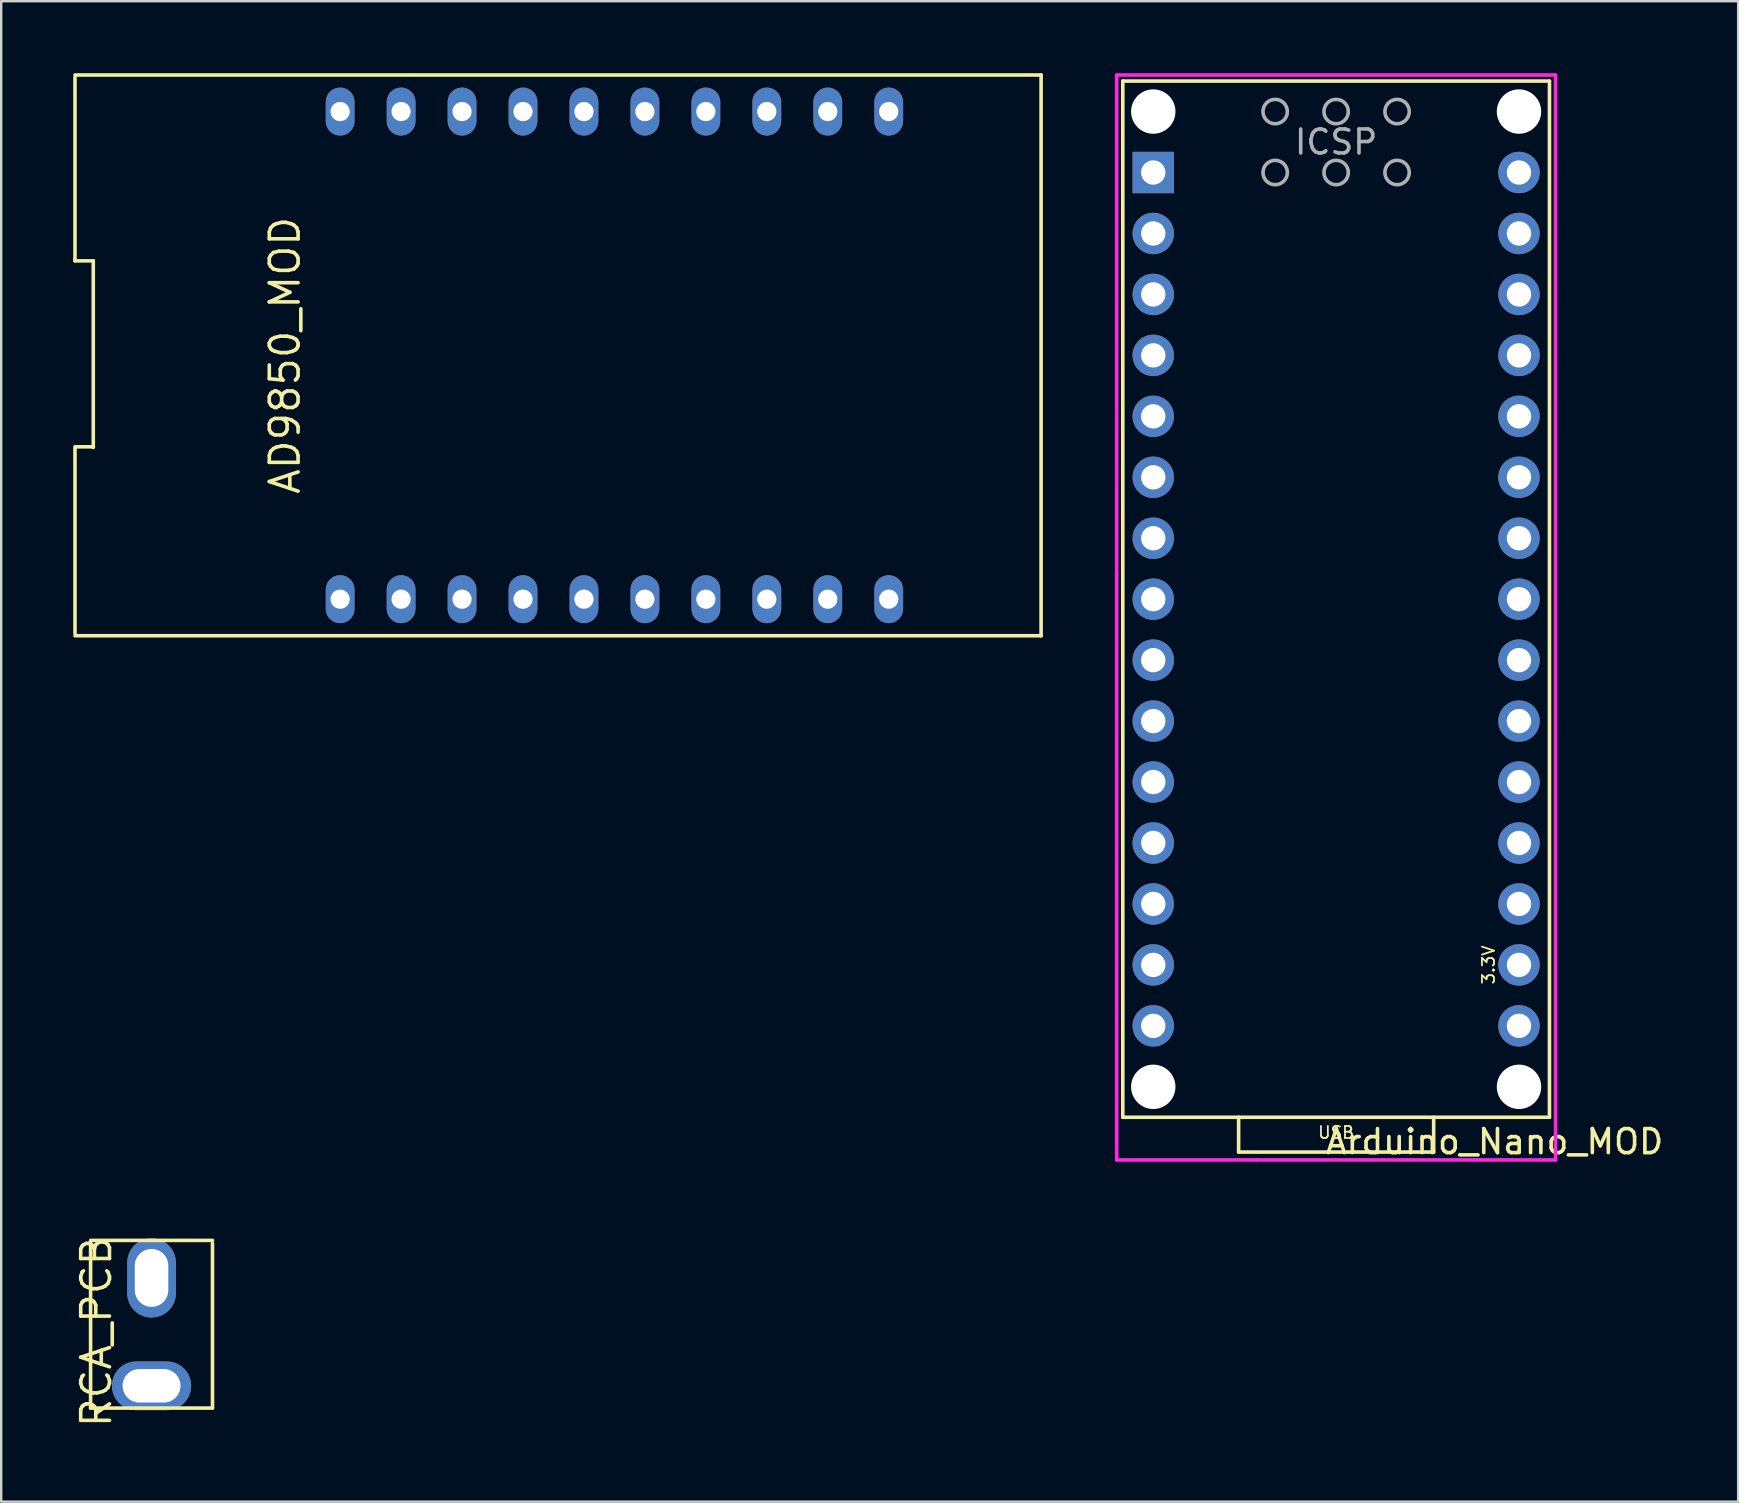
<source format=kicad_pcb>
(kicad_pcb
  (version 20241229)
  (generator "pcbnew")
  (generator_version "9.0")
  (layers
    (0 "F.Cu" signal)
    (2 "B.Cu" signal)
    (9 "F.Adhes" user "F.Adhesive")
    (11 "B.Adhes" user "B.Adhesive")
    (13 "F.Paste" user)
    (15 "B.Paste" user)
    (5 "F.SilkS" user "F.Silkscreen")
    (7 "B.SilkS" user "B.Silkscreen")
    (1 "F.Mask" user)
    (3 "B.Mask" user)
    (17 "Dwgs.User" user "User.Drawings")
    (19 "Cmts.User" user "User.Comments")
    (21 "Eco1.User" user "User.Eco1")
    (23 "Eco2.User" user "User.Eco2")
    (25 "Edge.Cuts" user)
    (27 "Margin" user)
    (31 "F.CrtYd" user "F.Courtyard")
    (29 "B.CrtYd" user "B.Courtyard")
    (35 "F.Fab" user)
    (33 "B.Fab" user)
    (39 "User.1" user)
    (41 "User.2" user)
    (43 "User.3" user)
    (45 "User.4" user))
  (footprint "Arduino_Nano_MOD"
    (layer "F.Cu")
    (at 52.628 43.509)
    (property "Reference" "Arduino_Nano_MOD" (at 6.604 1.016 0) (layer "F.SilkS") (effects (font (size 1 1) (thickness 0.15))))
    (attr through_hole)
    (fp_line (start -8.89 -43.18) (end -8.89 0) (stroke (width 0.15) (type solid)) (layer "F.SilkS"))
    (fp_line (start -8.89 -43.18) (end 8.89 -43.18) (stroke (width 0.15) (type solid)) (layer "F.SilkS"))
    (fp_line (start -8.89 0) (end 8.89 0) (stroke (width 0.15) (type solid)) (layer "F.SilkS"))
    (fp_line (start -4.064 0) (end -4.064 1.45) (stroke (width 0.15) (type solid)) (layer "F.SilkS"))
    (fp_line (start -4.064 1.45) (end 4.064 1.45) (stroke (width 0.15) (type solid)) (layer "F.SilkS"))
    (fp_line (start 4.064 1.45) (end 4.064 0) (stroke (width 0.15) (type solid)) (layer "F.SilkS"))
    (fp_line (start 8.89 -43.18) (end 8.89 0) (stroke (width 0.15) (type solid)) (layer "F.SilkS"))
    (fp_line (start -9.144 -43.434) (end 9.144 -43.434) (stroke (width 0.15) (type solid)) (layer "F.CrtYd"))
    (fp_line (start -9.144 -22.606) (end -9.144 -43.434) (stroke (width 0.15) (type solid)) (layer "F.CrtYd"))
    (fp_line (start -9.144 1.778) (end -9.144 -22.606) (stroke (width 0.15) (type solid)) (layer "F.CrtYd"))
    (fp_line (start -3.302 1.778) (end -9.144 1.778) (stroke (width 0.15) (type solid)) (layer "F.CrtYd"))
    (fp_line (start 9.144 -43.434) (end 9.144 1.778) (stroke (width 0.15) (type solid)) (layer "F.CrtYd"))
    (fp_line (start 9.144 1.778) (end -3.302 1.778) (stroke (width 0.15) (type solid)) (layer "F.CrtYd"))
    (fp_circle (center -2.54 -41.91) (end -2.032 -41.91) (stroke (width 0.15) (type solid)) (fill no) (layer "F.Fab"))
    (fp_circle (center -2.54 -39.37) (end -2.032 -39.37) (stroke (width 0.15) (type solid)) (fill no) (layer "F.Fab"))
    (fp_circle (center 0 -41.91) (end 0.508 -41.91) (stroke (width 0.15) (type solid)) (fill no) (layer "F.Fab"))
    (fp_circle (center 0 -39.37) (end 0.508 -39.37) (stroke (width 0.15) (type solid)) (fill no) (layer "F.Fab"))
    (fp_circle (center 2.54 -41.91) (end 3.048 -41.91) (stroke (width 0.15) (type solid)) (fill no) (layer "F.Fab"))
    (fp_circle (center 2.54 -39.37) (end 3.048 -39.37) (stroke (width 0.15) (type solid)) (fill no) (layer "F.Fab"))
    (fp_text user "USB" (at 0 0.635 0) (layer "F.SilkS") (effects (font (size 0.5 0.5) (thickness 0.075))))
    (fp_text user "3.3V" (at 6.35 -6.35 90) (layer "F.SilkS") (effects (font (size 0.5 0.5) (thickness 0.075))))
    (fp_text user "ICSP" (at 0 -40.64 0) (layer "F.Fab") (effects (font (size 1 1) (thickness 0.15))))
    (pad "" np_thru_hole circle (at -7.62 -41.91) (size 1.85 1.85) (drill 1.85) (layers "*.Cu" "*.Mask"))
    (pad "" np_thru_hole circle (at -7.62 -1.27) (size 1.85 1.85) (drill 1.85) (layers "*.Cu" "*.Mask"))
    (pad "" np_thru_hole circle (at 7.62 -41.91) (size 1.85 1.85) (drill 1.85) (layers "*.Cu" "*.Mask"))
    (pad "" np_thru_hole circle (at 7.62 -1.27) (size 1.85 1.85) (drill 1.85) (layers "*.Cu" "*.Mask"))
    (pad "1" thru_hole rect (at -7.62 -39.37) (size 1.727 1.727) (drill 1.016) (layers "*.Cu" "*.Mask"))
    (pad "2" thru_hole circle (at -7.62 -36.83) (size 1.727 1.727) (drill 1.016) (layers "*.Cu" "*.Mask"))
    (pad "3" thru_hole circle (at -7.62 -34.29) (size 1.727 1.727) (drill 1.016) (layers "*.Cu" "*.Mask"))
    (pad "4" thru_hole circle (at -7.62 -31.75) (size 1.727 1.727) (drill 1.016) (layers "*.Cu" "*.Mask"))
    (pad "5" thru_hole circle (at -7.62 -29.21) (size 1.727 1.727) (drill 1.016) (layers "*.Cu" "*.Mask"))
    (pad "6" thru_hole circle (at -7.62 -26.67) (size 1.727 1.727) (drill 1.016) (layers "*.Cu" "*.Mask"))
    (pad "7" thru_hole circle (at -7.62 -24.13) (size 1.727 1.727) (drill 1.016) (layers "*.Cu" "*.Mask"))
    (pad "8" thru_hole circle (at -7.62 -21.59) (size 1.727 1.727) (drill 1.016) (layers "*.Cu" "*.Mask"))
    (pad "9" thru_hole circle (at -7.62 -19.05) (size 1.727 1.727) (drill 1.016) (layers "*.Cu" "*.Mask"))
    (pad "10" thru_hole circle (at -7.62 -16.51) (size 1.727 1.727) (drill 1.016) (layers "*.Cu" "*.Mask"))
    (pad "11" thru_hole circle (at -7.62 -13.97) (size 1.727 1.727) (drill 1.016) (layers "*.Cu" "*.Mask"))
    (pad "12" thru_hole circle (at -7.62 -11.43) (size 1.727 1.727) (drill 1.016) (layers "*.Cu" "*.Mask"))
    (pad "13" thru_hole circle (at -7.62 -8.89) (size 1.727 1.727) (drill 1.016) (layers "*.Cu" "*.Mask"))
    (pad "14" thru_hole circle (at -7.62 -6.35) (size 1.727 1.727) (drill 1.016) (layers "*.Cu" "*.Mask"))
    (pad "15" thru_hole circle (at -7.62 -3.81) (size 1.727 1.727) (drill 1.016) (layers "*.Cu" "*.Mask"))
    (pad "16" thru_hole circle (at 7.62 -3.81) (size 1.727 1.727) (drill 1.016) (layers "*.Cu" "*.Mask"))
    (pad "17" thru_hole circle (at 7.62 -6.35) (size 1.727 1.727) (drill 1.016) (layers "*.Cu" "*.Mask"))
    (pad "18" thru_hole circle (at 7.62 -8.89) (size 1.727 1.727) (drill 1.016) (layers "*.Cu" "*.Mask"))
    (pad "19" thru_hole circle (at 7.62 -11.43) (size 1.727 1.727) (drill 1.016) (layers "*.Cu" "*.Mask"))
    (pad "20" thru_hole circle (at 7.62 -13.97) (size 1.727 1.727) (drill 1.016) (layers "*.Cu" "*.Mask"))
    (pad "21" thru_hole circle (at 7.62 -16.51) (size 1.727 1.727) (drill 1.016) (layers "*.Cu" "*.Mask"))
    (pad "22" thru_hole circle (at 7.62 -19.05) (size 1.727 1.727) (drill 1.016) (layers "*.Cu" "*.Mask"))
    (pad "23" thru_hole circle (at 7.62 -21.59) (size 1.727 1.727) (drill 1.016) (layers "*.Cu" "*.Mask"))
    (pad "24" thru_hole circle (at 7.62 -24.13) (size 1.727 1.727) (drill 1.016) (layers "*.Cu" "*.Mask"))
    (pad "25" thru_hole circle (at 7.62 -26.67) (size 1.727 1.727) (drill 1.016) (layers "*.Cu" "*.Mask"))
    (pad "26" thru_hole circle (at 7.62 -29.21) (size 1.727 1.727) (drill 1.016) (layers "*.Cu" "*.Mask"))
    (pad "27" thru_hole circle (at 7.62 -31.75) (size 1.727 1.727) (drill 1.016) (layers "*.Cu" "*.Mask"))
    (pad "28" thru_hole circle (at 7.62 -34.29) (size 1.727 1.727) (drill 1.016) (layers "*.Cu" "*.Mask"))
    (pad "29" thru_hole circle (at 7.62 -36.83) (size 1.727 1.727) (drill 1.016) (layers "*.Cu" "*.Mask"))
    (pad "30" thru_hole circle (at 7.62 -39.37) (size 1.727 1.727) (drill 1.016) (layers "*.Cu" "*.Mask")))
  (footprint "AD9850_MOD"
    (layer "F.Cu")
    (at 22.554 11.759)
    (property "Reference" "AD9850_MOD" (at -13.73 0 90) (layer "F.SilkS") (effects (font (size 1.2 1.2) (thickness 0.15))))
    (attr through_hole)
    (fp_line (start -22.479 -11.583) (end -22.479 -3.937) (stroke (width 0.15) (type solid)) (layer "F.SilkS"))
    (fp_line (start -22.479 -3.937) (end -21.717 -3.937) (stroke (width 0.15) (type solid)) (layer "F.SilkS"))
    (fp_line (start -22.479 3.81) (end -22.479 11.583) (stroke (width 0.15) (type solid)) (layer "F.SilkS"))
    (fp_line (start -22.479 11.684) (end 17.78 11.684) (stroke (width 0.15) (type solid)) (layer "F.SilkS"))
    (fp_line (start -21.717 -3.937) (end -21.717 3.836) (stroke (width 0.15) (type solid)) (layer "F.SilkS"))
    (fp_line (start -21.717 3.81) (end -22.421 3.81) (stroke (width 0.15) (type solid)) (layer "F.SilkS"))
    (fp_line (start 17.78 -11.684) (end -22.479 -11.684) (stroke (width 0.15) (type solid)) (layer "F.SilkS"))
    (fp_line (start 17.78 11.684) (end 17.78 -11.684) (stroke (width 0.15) (type solid)) (layer "F.SilkS"))
    (pad "1" thru_hole oval (at -11.43 10.16) (size 1.2 2) (drill 0.8) (layers "*.Cu" "*.Mask"))
    (pad "2" thru_hole oval (at -8.89 10.16) (size 1.2 2) (drill 0.8) (layers "*.Cu" "*.Mask"))
    (pad "3" thru_hole oval (at -6.35 10.16) (size 1.2 2) (drill 0.8) (layers "*.Cu" "*.Mask"))
    (pad "4" thru_hole oval (at -3.81 10.16) (size 1.2 2) (drill 0.8) (layers "*.Cu" "*.Mask"))
    (pad "5" thru_hole oval (at -1.27 10.16) (size 1.2 2) (drill 0.8) (layers "*.Cu" "*.Mask"))
    (pad "6" thru_hole oval (at 1.27 10.16) (size 1.2 2) (drill 0.8) (layers "*.Cu" "*.Mask"))
    (pad "7" thru_hole oval (at 3.81 10.16) (size 1.2 2) (drill 0.8) (layers "*.Cu" "*.Mask"))
    (pad "8" thru_hole oval (at 6.35 10.16) (size 1.2 2) (drill 0.8) (layers "*.Cu" "*.Mask"))
    (pad "9" thru_hole oval (at 8.89 10.16) (size 1.2 2) (drill 0.8) (layers "*.Cu" "*.Mask"))
    (pad "10" thru_hole oval (at 11.43 10.16) (size 1.2 2) (drill 0.8) (layers "*.Cu" "*.Mask"))
    (pad "11" thru_hole oval (at 11.43 -10.16) (size 1.2 2) (drill 0.8) (layers "*.Cu" "*.Mask"))
    (pad "12" thru_hole oval (at 8.89 -10.16) (size 1.2 2) (drill 0.8) (layers "*.Cu" "*.Mask"))
    (pad "13" thru_hole oval (at 6.35 -10.16) (size 1.2 2) (drill 0.8) (layers "*.Cu" "*.Mask"))
    (pad "14" thru_hole oval (at 3.81 -10.16) (size 1.2 2) (drill 0.8) (layers "*.Cu" "*.Mask"))
    (pad "15" thru_hole oval (at 1.27 -10.16) (size 1.2 2) (drill 0.8) (layers "*.Cu" "*.Mask"))
    (pad "16" thru_hole oval (at -1.27 -10.16) (size 1.2 2) (drill 0.8) (layers "*.Cu" "*.Mask"))
    (pad "17" thru_hole oval (at -3.81 -10.16) (size 1.2 2) (drill 0.8) (layers "*.Cu" "*.Mask"))
    (pad "18" thru_hole oval (at -6.35 -10.16) (size 1.2 2) (drill 0.8) (layers "*.Cu" "*.Mask"))
    (pad "19" thru_hole oval (at -8.89 -10.16) (size 1.2 2) (drill 0.8) (layers "*.Cu" "*.Mask"))
    (pad "20" thru_hole oval (at -11.43 -10.16) (size 1.2 2) (drill 0.8) (layers "*.Cu" "*.Mask")))
  (footprint "RCA_PCB"
    (layer "F.Cu")
    (at 3.265 52.45)
    (property "Reference" "RCA_PCB" (at -2.3 0 90) (layer "F.SilkS") (effects (font (size 1.2 1.2) (thickness 0.15))))
    (attr through_hole)
    (fp_line (start -2.54 -3.748) (end -2.54 -1.249) (stroke (width 0.15) (type solid)) (layer "F.SilkS"))
    (fp_line (start -2.54 1.249) (end -2.54 3.175) (stroke (width 0.15) (type solid)) (layer "F.SilkS"))
    (fp_line (start -2.54 3.175) (end 2.54 3.175) (stroke (width 0.15) (type solid)) (layer "F.SilkS"))
    (fp_line (start -2.54 -1.249) (end -2.54 1.249) (stroke (width 0.15) (type solid)) (layer "F.SilkS"))
    (fp_line (start 2.54 -3.81) (end -2.54 -3.81) (stroke (width 0.15) (type solid)) (layer "F.SilkS"))
    (fp_line (start 2.54 3.175) (end 2.54 -3.686) (stroke (width 0.15) (type solid)) (layer "F.SilkS"))
    (pad "1" thru_hole oval (at 0 2.248 90) (size 2.032 3.302) (drill oval 1.397 2.413) (layers "*.Cu" "*.Mask"))
    (pad "2" thru_hole oval (at 0 -2.248 180) (size 2.032 3.302) (drill oval 1.397 2.413) (layers "*.Cu" "*.Mask")))
  (gr_rect
    (start -3 -3)
    (end 69.381 59.526)
    (stroke (width 0.1) (type default))
    (fill no)
    (layer "Edge.Cuts")))
</source>
